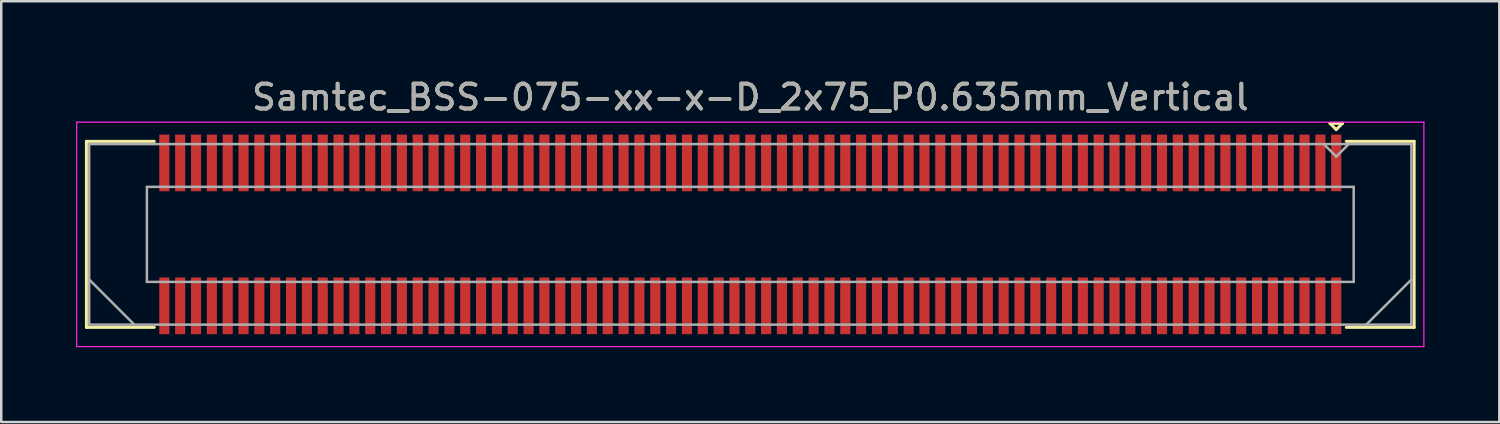
<source format=kicad_pcb>
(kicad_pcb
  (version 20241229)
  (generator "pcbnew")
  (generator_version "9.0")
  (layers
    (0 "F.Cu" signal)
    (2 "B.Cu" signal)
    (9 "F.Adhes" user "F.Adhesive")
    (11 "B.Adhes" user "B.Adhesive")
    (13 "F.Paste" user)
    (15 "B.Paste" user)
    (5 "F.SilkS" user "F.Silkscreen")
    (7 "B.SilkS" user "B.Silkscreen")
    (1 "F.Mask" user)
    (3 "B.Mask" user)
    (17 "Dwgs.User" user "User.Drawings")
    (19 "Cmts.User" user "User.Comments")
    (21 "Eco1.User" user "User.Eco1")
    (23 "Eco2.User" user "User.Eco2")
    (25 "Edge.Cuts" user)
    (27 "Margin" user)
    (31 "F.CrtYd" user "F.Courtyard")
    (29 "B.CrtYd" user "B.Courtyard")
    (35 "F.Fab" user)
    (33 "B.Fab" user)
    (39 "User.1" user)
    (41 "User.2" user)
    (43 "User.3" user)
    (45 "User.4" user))
  (footprint "Samtec_BSS-075-xx-x-D_2x75_P0.635mm_Vertical"
    (layer "F.Cu")
    (at 27.035 6.348)
    (property "Reference" "Samtec_BSS-075-xx-x-D_2x75_P0.635mm_Vertical" (at 0 -5.5 0) (layer "F.SilkS") (effects (font (size 1 1) (thickness 0.15))))
    (attr smd)
    (fp_line (start -26.62 -3.73) (end -23.898 -3.73) (stroke (width 0.12) (type solid)) (layer "F.SilkS"))
    (fp_line (start -26.62 3.73) (end -26.62 -3.73) (stroke (width 0.12) (type solid)) (layer "F.SilkS"))
    (fp_line (start -23.898 3.73) (end -26.62 3.73) (stroke (width 0.12) (type solid)) (layer "F.SilkS"))
    (fp_line (start 23.245 -4.452) (end 23.745 -4.452) (stroke (width 0.12) (type solid)) (layer "F.SilkS"))
    (fp_line (start 23.495 -4.202) (end 23.245 -4.452) (stroke (width 0.12) (type solid)) (layer "F.SilkS"))
    (fp_line (start 23.745 -4.452) (end 23.495 -4.202) (stroke (width 0.12) (type solid)) (layer "F.SilkS"))
    (fp_line (start 23.898 3.73) (end 26.62 3.73) (stroke (width 0.12) (type solid)) (layer "F.SilkS"))
    (fp_line (start 26.62 -3.73) (end 23.898 -3.73) (stroke (width 0.12) (type solid)) (layer "F.SilkS"))
    (fp_line (start 26.62 3.73) (end 26.62 -3.73) (stroke (width 0.12) (type solid)) (layer "F.SilkS"))
    (fp_line (start -27.01 -4.5) (end -27.01 4.5) (stroke (width 0.05) (type solid)) (layer "F.CrtYd"))
    (fp_line (start -27.01 4.5) (end 27.01 4.5) (stroke (width 0.05) (type solid)) (layer "F.CrtYd"))
    (fp_line (start 27.01 -4.5) (end -27.01 -4.5) (stroke (width 0.05) (type solid)) (layer "F.CrtYd"))
    (fp_line (start 27.01 4.5) (end 27.01 -4.5) (stroke (width 0.05) (type solid)) (layer "F.CrtYd"))
    (fp_line (start -26.51 -3.62) (end -26.51 3.62) (stroke (width 0.1) (type solid)) (layer "F.Fab"))
    (fp_line (start -26.51 1.81) (end -24.7 3.62) (stroke (width 0.1) (type solid)) (layer "F.Fab"))
    (fp_line (start -26.51 3.62) (end 26.51 3.62) (stroke (width 0.1) (type solid)) (layer "F.Fab"))
    (fp_line (start -24.195 -1.905) (end -24.195 1.905) (stroke (width 0.1) (type solid)) (layer "F.Fab"))
    (fp_line (start -24.195 1.905) (end 24.195 1.905) (stroke (width 0.1) (type solid)) (layer "F.Fab"))
    (fp_line (start 23.495 -3.12) (end 22.995 -3.62) (stroke (width 0.1) (type solid)) (layer "F.Fab"))
    (fp_line (start 23.995 -3.62) (end 23.495 -3.12) (stroke (width 0.1) (type solid)) (layer "F.Fab"))
    (fp_line (start 24.195 -1.905) (end -24.195 -1.905) (stroke (width 0.1) (type solid)) (layer "F.Fab"))
    (fp_line (start 24.195 1.905) (end 24.195 -1.905) (stroke (width 0.1) (type solid)) (layer "F.Fab"))
    (fp_line (start 26.51 -3.62) (end -26.51 -3.62) (stroke (width 0.1) (type solid)) (layer "F.Fab"))
    (fp_line (start 26.51 1.81) (end 24.7 3.62) (stroke (width 0.1) (type solid)) (layer "F.Fab"))
    (fp_line (start 26.51 3.62) (end 26.51 -3.62) (stroke (width 0.1) (type solid)) (layer "F.Fab"))
    (fp_text user "${REFERENCE}" (at 0 -5.5 0) (layer "F.Fab") (effects (font (size 1 1) (thickness 0.15))))
    (pad "1" smd rect (at 23.495 -2.865) (size 0.406 2.273) (layers "F.Cu" "F.Mask" "F.Paste"))
    (pad "2" smd rect (at 23.495 2.865) (size 0.406 2.273) (layers "F.Cu" "F.Mask" "F.Paste"))
    (pad "3" smd rect (at 22.86 -2.865) (size 0.406 2.273) (layers "F.Cu" "F.Mask" "F.Paste"))
    (pad "4" smd rect (at 22.86 2.865) (size 0.406 2.273) (layers "F.Cu" "F.Mask" "F.Paste"))
    (pad "5" smd rect (at 22.225 -2.865) (size 0.406 2.273) (layers "F.Cu" "F.Mask" "F.Paste"))
    (pad "6" smd rect (at 22.225 2.865) (size 0.406 2.273) (layers "F.Cu" "F.Mask" "F.Paste"))
    (pad "7" smd rect (at 21.59 -2.865) (size 0.406 2.273) (layers "F.Cu" "F.Mask" "F.Paste"))
    (pad "8" smd rect (at 21.59 2.865) (size 0.406 2.273) (layers "F.Cu" "F.Mask" "F.Paste"))
    (pad "9" smd rect (at 20.955 -2.865) (size 0.406 2.273) (layers "F.Cu" "F.Mask" "F.Paste"))
    (pad "10" smd rect (at 20.955 2.865) (size 0.406 2.273) (layers "F.Cu" "F.Mask" "F.Paste"))
    (pad "11" smd rect (at 20.32 -2.865) (size 0.406 2.273) (layers "F.Cu" "F.Mask" "F.Paste"))
    (pad "12" smd rect (at 20.32 2.865) (size 0.406 2.273) (layers "F.Cu" "F.Mask" "F.Paste"))
    (pad "13" smd rect (at 19.685 -2.865) (size 0.406 2.273) (layers "F.Cu" "F.Mask" "F.Paste"))
    (pad "14" smd rect (at 19.685 2.865) (size 0.406 2.273) (layers "F.Cu" "F.Mask" "F.Paste"))
    (pad "15" smd rect (at 19.05 -2.865) (size 0.406 2.273) (layers "F.Cu" "F.Mask" "F.Paste"))
    (pad "16" smd rect (at 19.05 2.865) (size 0.406 2.273) (layers "F.Cu" "F.Mask" "F.Paste"))
    (pad "17" smd rect (at 18.415 -2.865) (size 0.406 2.273) (layers "F.Cu" "F.Mask" "F.Paste"))
    (pad "18" smd rect (at 18.415 2.865) (size 0.406 2.273) (layers "F.Cu" "F.Mask" "F.Paste"))
    (pad "19" smd rect (at 17.78 -2.865) (size 0.406 2.273) (layers "F.Cu" "F.Mask" "F.Paste"))
    (pad "20" smd rect (at 17.78 2.865) (size 0.406 2.273) (layers "F.Cu" "F.Mask" "F.Paste"))
    (pad "21" smd rect (at 17.145 -2.865) (size 0.406 2.273) (layers "F.Cu" "F.Mask" "F.Paste"))
    (pad "22" smd rect (at 17.145 2.865) (size 0.406 2.273) (layers "F.Cu" "F.Mask" "F.Paste"))
    (pad "23" smd rect (at 16.51 -2.865) (size 0.406 2.273) (layers "F.Cu" "F.Mask" "F.Paste"))
    (pad "24" smd rect (at 16.51 2.865) (size 0.406 2.273) (layers "F.Cu" "F.Mask" "F.Paste"))
    (pad "25" smd rect (at 15.875 -2.865) (size 0.406 2.273) (layers "F.Cu" "F.Mask" "F.Paste"))
    (pad "26" smd rect (at 15.875 2.865) (size 0.406 2.273) (layers "F.Cu" "F.Mask" "F.Paste"))
    (pad "27" smd rect (at 15.24 -2.865) (size 0.406 2.273) (layers "F.Cu" "F.Mask" "F.Paste"))
    (pad "28" smd rect (at 15.24 2.865) (size 0.406 2.273) (layers "F.Cu" "F.Mask" "F.Paste"))
    (pad "29" smd rect (at 14.605 -2.865) (size 0.406 2.273) (layers "F.Cu" "F.Mask" "F.Paste"))
    (pad "30" smd rect (at 14.605 2.865) (size 0.406 2.273) (layers "F.Cu" "F.Mask" "F.Paste"))
    (pad "31" smd rect (at 13.97 -2.865) (size 0.406 2.273) (layers "F.Cu" "F.Mask" "F.Paste"))
    (pad "32" smd rect (at 13.97 2.865) (size 0.406 2.273) (layers "F.Cu" "F.Mask" "F.Paste"))
    (pad "33" smd rect (at 13.335 -2.865) (size 0.406 2.273) (layers "F.Cu" "F.Mask" "F.Paste"))
    (pad "34" smd rect (at 13.335 2.865) (size 0.406 2.273) (layers "F.Cu" "F.Mask" "F.Paste"))
    (pad "35" smd rect (at 12.7 -2.865) (size 0.406 2.273) (layers "F.Cu" "F.Mask" "F.Paste"))
    (pad "36" smd rect (at 12.7 2.865) (size 0.406 2.273) (layers "F.Cu" "F.Mask" "F.Paste"))
    (pad "37" smd rect (at 12.065 -2.865) (size 0.406 2.273) (layers "F.Cu" "F.Mask" "F.Paste"))
    (pad "38" smd rect (at 12.065 2.865) (size 0.406 2.273) (layers "F.Cu" "F.Mask" "F.Paste"))
    (pad "39" smd rect (at 11.43 -2.865) (size 0.406 2.273) (layers "F.Cu" "F.Mask" "F.Paste"))
    (pad "40" smd rect (at 11.43 2.865) (size 0.406 2.273) (layers "F.Cu" "F.Mask" "F.Paste"))
    (pad "41" smd rect (at 10.795 -2.865) (size 0.406 2.273) (layers "F.Cu" "F.Mask" "F.Paste"))
    (pad "42" smd rect (at 10.795 2.865) (size 0.406 2.273) (layers "F.Cu" "F.Mask" "F.Paste"))
    (pad "43" smd rect (at 10.16 -2.865) (size 0.406 2.273) (layers "F.Cu" "F.Mask" "F.Paste"))
    (pad "44" smd rect (at 10.16 2.865) (size 0.406 2.273) (layers "F.Cu" "F.Mask" "F.Paste"))
    (pad "45" smd rect (at 9.525 -2.865) (size 0.406 2.273) (layers "F.Cu" "F.Mask" "F.Paste"))
    (pad "46" smd rect (at 9.525 2.865) (size 0.406 2.273) (layers "F.Cu" "F.Mask" "F.Paste"))
    (pad "47" smd rect (at 8.89 -2.865) (size 0.406 2.273) (layers "F.Cu" "F.Mask" "F.Paste"))
    (pad "48" smd rect (at 8.89 2.865) (size 0.406 2.273) (layers "F.Cu" "F.Mask" "F.Paste"))
    (pad "49" smd rect (at 8.255 -2.865) (size 0.406 2.273) (layers "F.Cu" "F.Mask" "F.Paste"))
    (pad "50" smd rect (at 8.255 2.865) (size 0.406 2.273) (layers "F.Cu" "F.Mask" "F.Paste"))
    (pad "51" smd rect (at 7.62 -2.865) (size 0.406 2.273) (layers "F.Cu" "F.Mask" "F.Paste"))
    (pad "52" smd rect (at 7.62 2.865) (size 0.406 2.273) (layers "F.Cu" "F.Mask" "F.Paste"))
    (pad "53" smd rect (at 6.985 -2.865) (size 0.406 2.273) (layers "F.Cu" "F.Mask" "F.Paste"))
    (pad "54" smd rect (at 6.985 2.865) (size 0.406 2.273) (layers "F.Cu" "F.Mask" "F.Paste"))
    (pad "55" smd rect (at 6.35 -2.865) (size 0.406 2.273) (layers "F.Cu" "F.Mask" "F.Paste"))
    (pad "56" smd rect (at 6.35 2.865) (size 0.406 2.273) (layers "F.Cu" "F.Mask" "F.Paste"))
    (pad "57" smd rect (at 5.715 -2.865) (size 0.406 2.273) (layers "F.Cu" "F.Mask" "F.Paste"))
    (pad "58" smd rect (at 5.715 2.865) (size 0.406 2.273) (layers "F.Cu" "F.Mask" "F.Paste"))
    (pad "59" smd rect (at 5.08 -2.865) (size 0.406 2.273) (layers "F.Cu" "F.Mask" "F.Paste"))
    (pad "60" smd rect (at 5.08 2.865) (size 0.406 2.273) (layers "F.Cu" "F.Mask" "F.Paste"))
    (pad "61" smd rect (at 4.445 -2.865) (size 0.406 2.273) (layers "F.Cu" "F.Mask" "F.Paste"))
    (pad "62" smd rect (at 4.445 2.865) (size 0.406 2.273) (layers "F.Cu" "F.Mask" "F.Paste"))
    (pad "63" smd rect (at 3.81 -2.865) (size 0.406 2.273) (layers "F.Cu" "F.Mask" "F.Paste"))
    (pad "64" smd rect (at 3.81 2.865) (size 0.406 2.273) (layers "F.Cu" "F.Mask" "F.Paste"))
    (pad "65" smd rect (at 3.175 -2.865) (size 0.406 2.273) (layers "F.Cu" "F.Mask" "F.Paste"))
    (pad "66" smd rect (at 3.175 2.865) (size 0.406 2.273) (layers "F.Cu" "F.Mask" "F.Paste"))
    (pad "67" smd rect (at 2.54 -2.865) (size 0.406 2.273) (layers "F.Cu" "F.Mask" "F.Paste"))
    (pad "68" smd rect (at 2.54 2.865) (size 0.406 2.273) (layers "F.Cu" "F.Mask" "F.Paste"))
    (pad "69" smd rect (at 1.905 -2.865) (size 0.406 2.273) (layers "F.Cu" "F.Mask" "F.Paste"))
    (pad "70" smd rect (at 1.905 2.865) (size 0.406 2.273) (layers "F.Cu" "F.Mask" "F.Paste"))
    (pad "71" smd rect (at 1.27 -2.865) (size 0.406 2.273) (layers "F.Cu" "F.Mask" "F.Paste"))
    (pad "72" smd rect (at 1.27 2.865) (size 0.406 2.273) (layers "F.Cu" "F.Mask" "F.Paste"))
    (pad "73" smd rect (at 0.635 -2.865) (size 0.406 2.273) (layers "F.Cu" "F.Mask" "F.Paste"))
    (pad "74" smd rect (at 0.635 2.865) (size 0.406 2.273) (layers "F.Cu" "F.Mask" "F.Paste"))
    (pad "75" smd rect (at 0 -2.865) (size 0.406 2.273) (layers "F.Cu" "F.Mask" "F.Paste"))
    (pad "76" smd rect (at 0 2.865) (size 0.406 2.273) (layers "F.Cu" "F.Mask" "F.Paste"))
    (pad "77" smd rect (at -0.635 -2.865) (size 0.406 2.273) (layers "F.Cu" "F.Mask" "F.Paste"))
    (pad "78" smd rect (at -0.635 2.865) (size 0.406 2.273) (layers "F.Cu" "F.Mask" "F.Paste"))
    (pad "79" smd rect (at -1.27 -2.865) (size 0.406 2.273) (layers "F.Cu" "F.Mask" "F.Paste"))
    (pad "80" smd rect (at -1.27 2.865) (size 0.406 2.273) (layers "F.Cu" "F.Mask" "F.Paste"))
    (pad "81" smd rect (at -1.905 -2.865) (size 0.406 2.273) (layers "F.Cu" "F.Mask" "F.Paste"))
    (pad "82" smd rect (at -1.905 2.865) (size 0.406 2.273) (layers "F.Cu" "F.Mask" "F.Paste"))
    (pad "83" smd rect (at -2.54 -2.865) (size 0.406 2.273) (layers "F.Cu" "F.Mask" "F.Paste"))
    (pad "84" smd rect (at -2.54 2.865) (size 0.406 2.273) (layers "F.Cu" "F.Mask" "F.Paste"))
    (pad "85" smd rect (at -3.175 -2.865) (size 0.406 2.273) (layers "F.Cu" "F.Mask" "F.Paste"))
    (pad "86" smd rect (at -3.175 2.865) (size 0.406 2.273) (layers "F.Cu" "F.Mask" "F.Paste"))
    (pad "87" smd rect (at -3.81 -2.865) (size 0.406 2.273) (layers "F.Cu" "F.Mask" "F.Paste"))
    (pad "88" smd rect (at -3.81 2.865) (size 0.406 2.273) (layers "F.Cu" "F.Mask" "F.Paste"))
    (pad "89" smd rect (at -4.445 -2.865) (size 0.406 2.273) (layers "F.Cu" "F.Mask" "F.Paste"))
    (pad "90" smd rect (at -4.445 2.865) (size 0.406 2.273) (layers "F.Cu" "F.Mask" "F.Paste"))
    (pad "91" smd rect (at -5.08 -2.865) (size 0.406 2.273) (layers "F.Cu" "F.Mask" "F.Paste"))
    (pad "92" smd rect (at -5.08 2.865) (size 0.406 2.273) (layers "F.Cu" "F.Mask" "F.Paste"))
    (pad "93" smd rect (at -5.715 -2.865) (size 0.406 2.273) (layers "F.Cu" "F.Mask" "F.Paste"))
    (pad "94" smd rect (at -5.715 2.865) (size 0.406 2.273) (layers "F.Cu" "F.Mask" "F.Paste"))
    (pad "95" smd rect (at -6.35 -2.865) (size 0.406 2.273) (layers "F.Cu" "F.Mask" "F.Paste"))
    (pad "96" smd rect (at -6.35 2.865) (size 0.406 2.273) (layers "F.Cu" "F.Mask" "F.Paste"))
    (pad "97" smd rect (at -6.985 -2.865) (size 0.406 2.273) (layers "F.Cu" "F.Mask" "F.Paste"))
    (pad "98" smd rect (at -6.985 2.865) (size 0.406 2.273) (layers "F.Cu" "F.Mask" "F.Paste"))
    (pad "99" smd rect (at -7.62 -2.865) (size 0.406 2.273) (layers "F.Cu" "F.Mask" "F.Paste"))
    (pad "100" smd rect (at -7.62 2.865) (size 0.406 2.273) (layers "F.Cu" "F.Mask" "F.Paste"))
    (pad "101" smd rect (at -8.255 -2.865) (size 0.406 2.273) (layers "F.Cu" "F.Mask" "F.Paste"))
    (pad "102" smd rect (at -8.255 2.865) (size 0.406 2.273) (layers "F.Cu" "F.Mask" "F.Paste"))
    (pad "103" smd rect (at -8.89 -2.865) (size 0.406 2.273) (layers "F.Cu" "F.Mask" "F.Paste"))
    (pad "104" smd rect (at -8.89 2.865) (size 0.406 2.273) (layers "F.Cu" "F.Mask" "F.Paste"))
    (pad "105" smd rect (at -9.525 -2.865) (size 0.406 2.273) (layers "F.Cu" "F.Mask" "F.Paste"))
    (pad "106" smd rect (at -9.525 2.865) (size 0.406 2.273) (layers "F.Cu" "F.Mask" "F.Paste"))
    (pad "107" smd rect (at -10.16 -2.865) (size 0.406 2.273) (layers "F.Cu" "F.Mask" "F.Paste"))
    (pad "108" smd rect (at -10.16 2.865) (size 0.406 2.273) (layers "F.Cu" "F.Mask" "F.Paste"))
    (pad "109" smd rect (at -10.795 -2.865) (size 0.406 2.273) (layers "F.Cu" "F.Mask" "F.Paste"))
    (pad "110" smd rect (at -10.795 2.865) (size 0.406 2.273) (layers "F.Cu" "F.Mask" "F.Paste"))
    (pad "111" smd rect (at -11.43 -2.865) (size 0.406 2.273) (layers "F.Cu" "F.Mask" "F.Paste"))
    (pad "112" smd rect (at -11.43 2.865) (size 0.406 2.273) (layers "F.Cu" "F.Mask" "F.Paste"))
    (pad "113" smd rect (at -12.065 -2.865) (size 0.406 2.273) (layers "F.Cu" "F.Mask" "F.Paste"))
    (pad "114" smd rect (at -12.065 2.865) (size 0.406 2.273) (layers "F.Cu" "F.Mask" "F.Paste"))
    (pad "115" smd rect (at -12.7 -2.865) (size 0.406 2.273) (layers "F.Cu" "F.Mask" "F.Paste"))
    (pad "116" smd rect (at -12.7 2.865) (size 0.406 2.273) (layers "F.Cu" "F.Mask" "F.Paste"))
    (pad "117" smd rect (at -13.335 -2.865) (size 0.406 2.273) (layers "F.Cu" "F.Mask" "F.Paste"))
    (pad "118" smd rect (at -13.335 2.865) (size 0.406 2.273) (layers "F.Cu" "F.Mask" "F.Paste"))
    (pad "119" smd rect (at -13.97 -2.865) (size 0.406 2.273) (layers "F.Cu" "F.Mask" "F.Paste"))
    (pad "120" smd rect (at -13.97 2.865) (size 0.406 2.273) (layers "F.Cu" "F.Mask" "F.Paste"))
    (pad "121" smd rect (at -14.605 -2.865) (size 0.406 2.273) (layers "F.Cu" "F.Mask" "F.Paste"))
    (pad "122" smd rect (at -14.605 2.865) (size 0.406 2.273) (layers "F.Cu" "F.Mask" "F.Paste"))
    (pad "123" smd rect (at -15.24 -2.865) (size 0.406 2.273) (layers "F.Cu" "F.Mask" "F.Paste"))
    (pad "124" smd rect (at -15.24 2.865) (size 0.406 2.273) (layers "F.Cu" "F.Mask" "F.Paste"))
    (pad "125" smd rect (at -15.875 -2.865) (size 0.406 2.273) (layers "F.Cu" "F.Mask" "F.Paste"))
    (pad "126" smd rect (at -15.875 2.865) (size 0.406 2.273) (layers "F.Cu" "F.Mask" "F.Paste"))
    (pad "127" smd rect (at -16.51 -2.865) (size 0.406 2.273) (layers "F.Cu" "F.Mask" "F.Paste"))
    (pad "128" smd rect (at -16.51 2.865) (size 0.406 2.273) (layers "F.Cu" "F.Mask" "F.Paste"))
    (pad "129" smd rect (at -17.145 -2.865) (size 0.406 2.273) (layers "F.Cu" "F.Mask" "F.Paste"))
    (pad "130" smd rect (at -17.145 2.865) (size 0.406 2.273) (layers "F.Cu" "F.Mask" "F.Paste"))
    (pad "131" smd rect (at -17.78 -2.865) (size 0.406 2.273) (layers "F.Cu" "F.Mask" "F.Paste"))
    (pad "132" smd rect (at -17.78 2.865) (size 0.406 2.273) (layers "F.Cu" "F.Mask" "F.Paste"))
    (pad "133" smd rect (at -18.415 -2.865) (size 0.406 2.273) (layers "F.Cu" "F.Mask" "F.Paste"))
    (pad "134" smd rect (at -18.415 2.865) (size 0.406 2.273) (layers "F.Cu" "F.Mask" "F.Paste"))
    (pad "135" smd rect (at -19.05 -2.865) (size 0.406 2.273) (layers "F.Cu" "F.Mask" "F.Paste"))
    (pad "136" smd rect (at -19.05 2.865) (size 0.406 2.273) (layers "F.Cu" "F.Mask" "F.Paste"))
    (pad "137" smd rect (at -19.685 -2.865) (size 0.406 2.273) (layers "F.Cu" "F.Mask" "F.Paste"))
    (pad "138" smd rect (at -19.685 2.865) (size 0.406 2.273) (layers "F.Cu" "F.Mask" "F.Paste"))
    (pad "139" smd rect (at -20.32 -2.865) (size 0.406 2.273) (layers "F.Cu" "F.Mask" "F.Paste"))
    (pad "140" smd rect (at -20.32 2.865) (size 0.406 2.273) (layers "F.Cu" "F.Mask" "F.Paste"))
    (pad "141" smd rect (at -20.955 -2.865) (size 0.406 2.273) (layers "F.Cu" "F.Mask" "F.Paste"))
    (pad "142" smd rect (at -20.955 2.865) (size 0.406 2.273) (layers "F.Cu" "F.Mask" "F.Paste"))
    (pad "143" smd rect (at -21.59 -2.865) (size 0.406 2.273) (layers "F.Cu" "F.Mask" "F.Paste"))
    (pad "144" smd rect (at -21.59 2.865) (size 0.406 2.273) (layers "F.Cu" "F.Mask" "F.Paste"))
    (pad "145" smd rect (at -22.225 -2.865) (size 0.406 2.273) (layers "F.Cu" "F.Mask" "F.Paste"))
    (pad "146" smd rect (at -22.225 2.865) (size 0.406 2.273) (layers "F.Cu" "F.Mask" "F.Paste"))
    (pad "147" smd rect (at -22.86 -2.865) (size 0.406 2.273) (layers "F.Cu" "F.Mask" "F.Paste"))
    (pad "148" smd rect (at -22.86 2.865) (size 0.406 2.273) (layers "F.Cu" "F.Mask" "F.Paste"))
    (pad "149" smd rect (at -23.495 -2.865) (size 0.406 2.273) (layers "F.Cu" "F.Mask" "F.Paste"))
    (pad "150" smd rect (at -23.495 2.865) (size 0.406 2.273) (layers "F.Cu" "F.Mask" "F.Paste")))
  (gr_rect
    (start -3 -3)
    (end 57.07 13.873)
    (stroke (width 0.1) (type default))
    (fill no)
    (layer "Edge.Cuts")))
</source>
